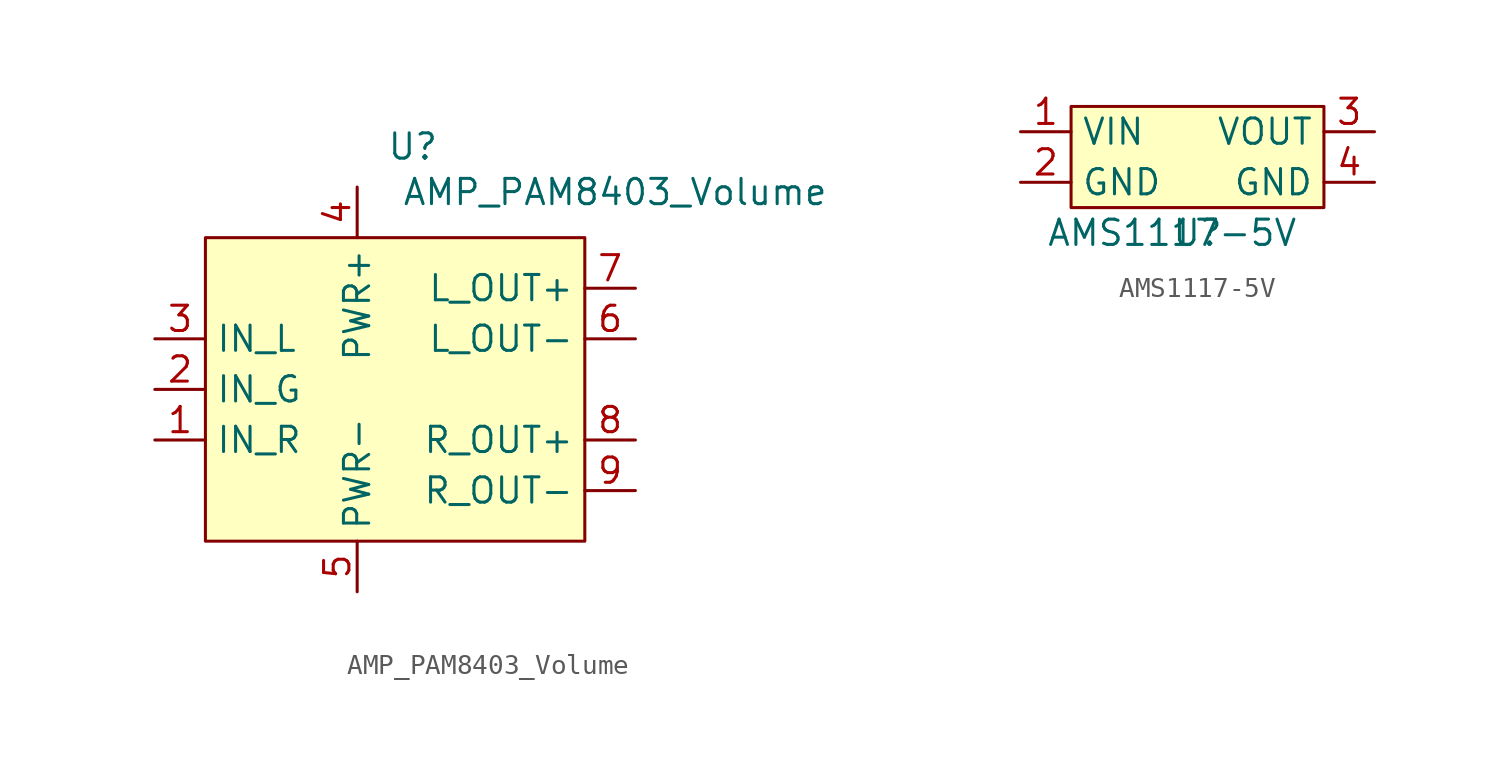
<source format=kicad_sym>
(kicad_symbol_lib
  (version 20231120)
  (generator "kicad_symbol_editor")
  (generator_version "8.0")
  (symbol "AMP_PAM8403_Volume"
    (property "Reference" "U"
      (at 0.254 12.192 0)
      (effects (font (size 1.27 1.27))))
    (property "Value" "AMP_PAM8403_Volume"
      (at 10.414 9.906 0)
      (effects (font (size 1.27 1.27))))
    (symbol "AMP_PAM8403_Volume_1_1"
      (rectangle (start -10.16 7.62) (end 8.89 -7.62) (stroke (width 0) (type default)) (fill (type background)))
      (pin input line (at -12.7 -2.54 0) (length 2.54) (name "IN_R" (effects (font (size 1.27 1.27)))) (number "1" (effects (font (size 1.27 1.27)))))
      (pin input line (at -12.7 0 0) (length 2.54) (name "IN_G" (effects (font (size 1.27 1.27)))) (number "2" (effects (font (size 1.27 1.27)))))
      (pin input line (at -12.7 2.54 0) (length 2.54) (name "IN_L" (effects (font (size 1.27 1.27)))) (number "3" (effects (font (size 1.27 1.27)))))
      (pin power_in line (at -2.54 10.16 270) (length 2.54) (name "PWR+" (effects (font (size 1.27 1.27)))) (number "4" (effects (font (size 1.27 1.27)))))
      (pin power_in line (at -2.54 -10.16 90) (length 2.54) (name "PWR-" (effects (font (size 1.27 1.27)))) (number "5" (effects (font (size 1.27 1.27)))))
      (pin output line (at 11.43 2.54 180) (length 2.54) (name "L_OUT-" (effects (font (size 1.27 1.27)))) (number "6" (effects (font (size 1.27 1.27)))))
      (pin output line (at 11.43 5.08 180) (length 2.54) (name "L_OUT+" (effects (font (size 1.27 1.27)))) (number "7" (effects (font (size 1.27 1.27)))))
      (pin output line (at 11.43 -2.54 180) (length 2.54) (name "R_OUT+" (effects (font (size 1.27 1.27)))) (number "8" (effects (font (size 1.27 1.27)))))
      (pin output line (at 11.43 -5.08 180) (length 2.54) (name "R_OUT-" (effects (font (size 1.27 1.27)))) (number "9" (effects (font (size 1.27 1.27)))))))
  (symbol "AMS1117-5V"
    (property "Reference" "U"
      (at 0 -3.81 0)
      (effects (font (size 1.27 1.27))))
    (property "Value" "AMS1117-5V"
      (at -1.27 -3.81 0)
      (effects (font (size 1.27 1.27))))
    (symbol "AMS1117-5V_1_1"
      (rectangle (start -6.35 2.54) (end 6.35 -2.54) (stroke (width 0) (type default)) (fill (type background)))
      (pin power_in line (at -8.89 1.27 0) (length 2.54) (name "VIN" (effects (font (size 1.27 1.27)))) (number "1" (effects (font (size 1.27 1.27)))))
      (pin power_in line (at -8.89 -1.27 0) (length 2.54) (name "GND" (effects (font (size 1.27 1.27)))) (number "2" (effects (font (size 1.27 1.27)))))
      (pin power_out line (at 8.89 1.27 180) (length 2.54) (name "VOUT" (effects (font (size 1.27 1.27)))) (number "3" (effects (font (size 1.27 1.27)))))
      (pin power_in line (at 8.89 -1.27 180) (length 2.54) (name "GND" (effects (font (size 1.27 1.27)))) (number "4" (effects (font (size 1.27 1.27))))))))
</source>
